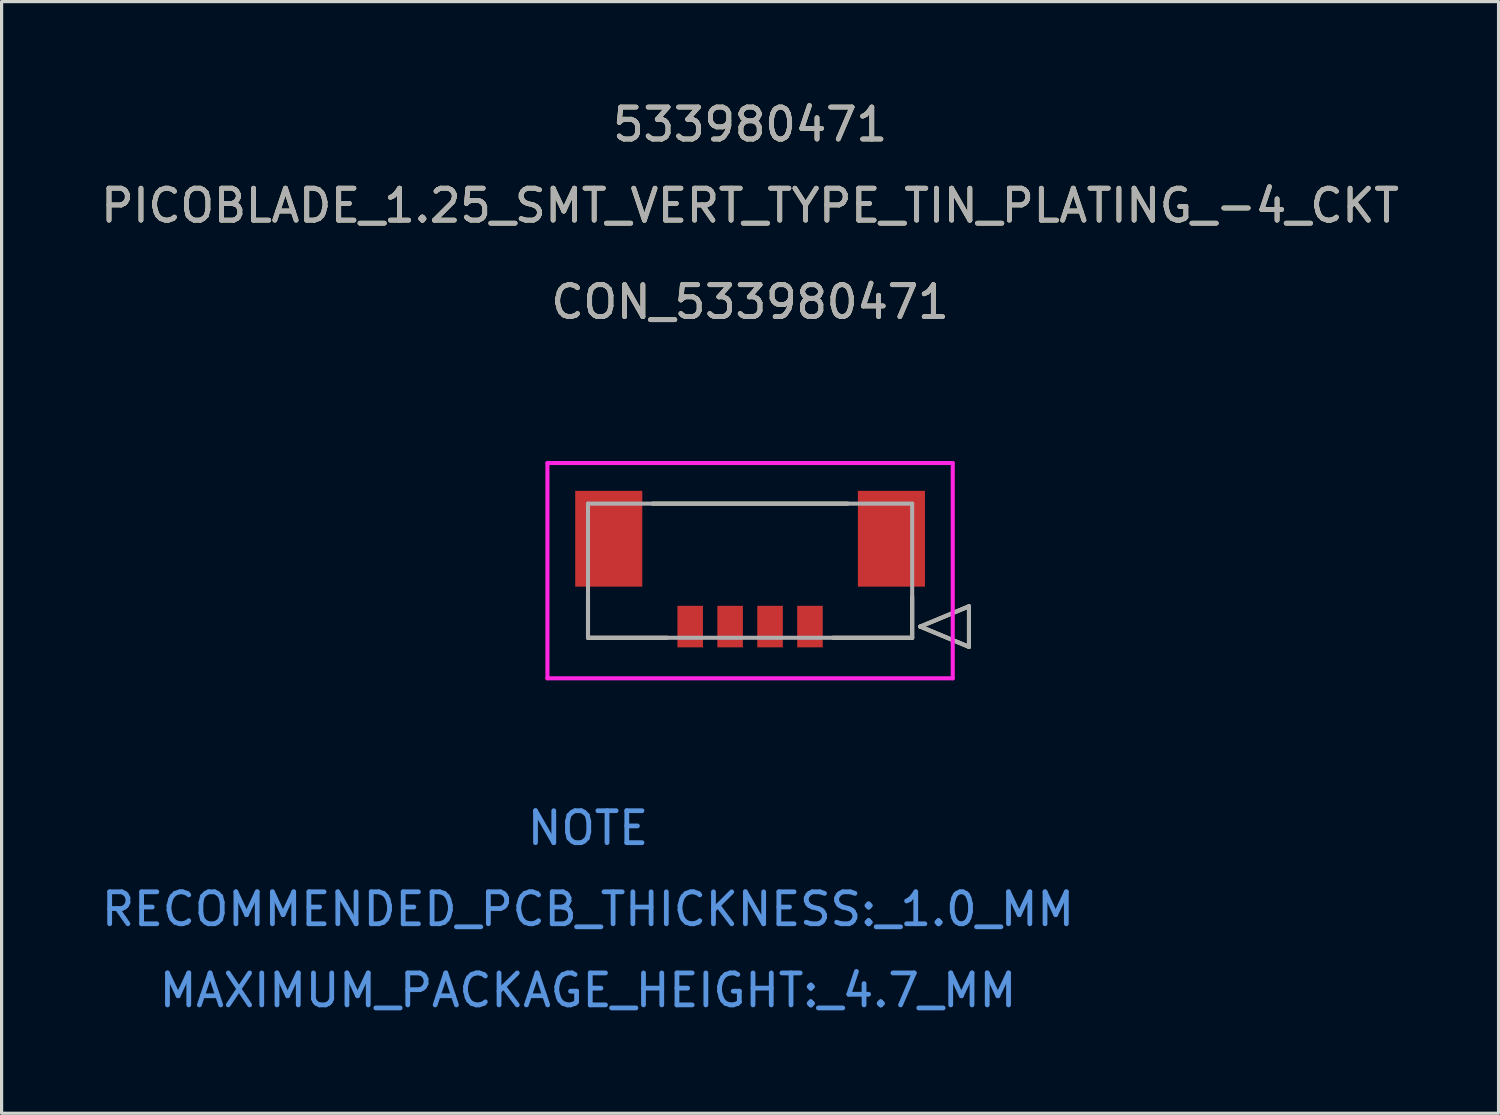
<source format=kicad_pcb>
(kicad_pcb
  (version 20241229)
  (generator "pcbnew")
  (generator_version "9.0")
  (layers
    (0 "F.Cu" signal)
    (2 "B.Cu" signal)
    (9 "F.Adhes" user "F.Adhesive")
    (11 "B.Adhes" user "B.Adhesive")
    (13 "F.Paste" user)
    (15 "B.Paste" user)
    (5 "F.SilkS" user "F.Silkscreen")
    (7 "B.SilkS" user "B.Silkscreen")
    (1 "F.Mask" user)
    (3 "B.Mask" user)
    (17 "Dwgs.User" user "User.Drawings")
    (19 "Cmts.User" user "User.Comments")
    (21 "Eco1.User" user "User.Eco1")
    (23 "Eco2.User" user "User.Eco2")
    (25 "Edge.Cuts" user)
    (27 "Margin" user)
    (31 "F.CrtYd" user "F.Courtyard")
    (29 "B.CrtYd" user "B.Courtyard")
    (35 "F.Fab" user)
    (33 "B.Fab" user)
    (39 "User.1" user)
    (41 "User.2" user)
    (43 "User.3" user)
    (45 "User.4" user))
  (footprint "CON_533980471"
    (layer "F.Cu")
    (at 22.31 16.568)
    (property "Reference" "CON_533980471" (at -1.875 -10.16 0) (unlocked yes) (layer "F.SilkS") (effects (font (size 1 1) (thickness 0.15))))
    (attr smd)
    (fp_line (start -6.95 -0.93) (end -6.95 0.35) (stroke (width 0.127) (type solid)) (layer "F.SilkS"))
    (fp_line (start -6.95 0.35) (end -4.47 0.35) (stroke (width 0.127) (type solid)) (layer "F.SilkS"))
    (fp_line (start 0.72 0.35) (end 3.2 0.35) (stroke (width 0.127) (type solid)) (layer "F.SilkS"))
    (fp_line (start 1.18 -3.85) (end -4.93 -3.85) (stroke (width 0.127) (type solid)) (layer "F.SilkS"))
    (fp_line (start 3.2 0.35) (end 3.2 -0.93) (stroke (width 0.127) (type solid)) (layer "F.SilkS"))
    (fp_line (start 3.454 0) (end 4.978 -0.635) (stroke (width 0.127) (type solid)) (layer "F.SilkS"))
    (fp_line (start 4.978 -0.635) (end 4.978 0.635) (stroke (width 0.127) (type solid)) (layer "F.SilkS"))
    (fp_line (start 4.978 0.635) (end 3.454 0) (stroke (width 0.127) (type solid)) (layer "F.SilkS"))
    (fp_line (start -8.22 -5.12) (end -8.22 1.62) (stroke (width 0.127) (type solid)) (layer "F.CrtYd"))
    (fp_line (start -8.22 1.62) (end 4.47 1.62) (stroke (width 0.127) (type solid)) (layer "F.CrtYd"))
    (fp_line (start 4.47 -5.12) (end -8.22 -5.12) (stroke (width 0.127) (type solid)) (layer "F.CrtYd"))
    (fp_line (start 4.47 1.62) (end 4.47 -5.12) (stroke (width 0.127) (type solid)) (layer "F.CrtYd"))
    (fp_line (start -6.95 -3.85) (end -6.95 0.35) (stroke (width 0.127) (type solid)) (layer "F.Fab"))
    (fp_line (start -6.95 0.35) (end 3.2 0.35) (stroke (width 0.127) (type solid)) (layer "F.Fab"))
    (fp_line (start 3.2 -3.85) (end -6.95 -3.85) (stroke (width 0.127) (type solid)) (layer "F.Fab"))
    (fp_line (start 3.2 0.35) (end 3.2 -3.85) (stroke (width 0.127) (type solid)) (layer "F.Fab"))
    (fp_line (start 3.454 0) (end 4.978 -0.635) (stroke (width 0.127) (type solid)) (layer "F.Fab"))
    (fp_line (start 4.978 -0.635) (end 4.978 0.635) (stroke (width 0.127) (type solid)) (layer "F.Fab"))
    (fp_line (start 4.978 0.635) (end 3.454 0) (stroke (width 0.127) (type solid)) (layer "F.Fab"))
    (fp_text user "533980471" (at -1.875 -15.72 0) (unlocked yes) (layer "F.SilkS") (effects (font (size 1 1) (thickness 0.15))))
    (fp_text user "PICOBLADE_1.25_SMT_VERT_TYPE_TIN_PLATING_-4_CKT" (at -1.875 -13.18 0) (unlocked yes) (layer "F.SilkS") (effects (font (size 1 1) (thickness 0.15))))
    (fp_text user "NOTE" (at -6.95 6.31 0) (unlocked yes) (layer "Cmts.User") (effects (font (size 1 1) (thickness 0.15))))
    (fp_text user "RECOMMENDED_PCB_THICKNESS:_1.0_MM" (at -6.95 8.85 0) (unlocked yes) (layer "Cmts.User") (effects (font (size 1 1) (thickness 0.15))))
    (fp_text user "MAXIMUM_PACKAGE_HEIGHT:_4.7_MM" (at -6.95 11.39 0) (unlocked yes) (layer "Cmts.User") (effects (font (size 1 1) (thickness 0.15))))
    (fp_text user "533980471" (at -1.875 -15.72 0) (unlocked yes) (layer "F.Fab") (effects (font (size 1 1) (thickness 0.15))))
    (fp_text user "PICOBLADE_1.25_SMT_VERT_TYPE_TIN_PLATING_-4_CKT" (at -1.875 -13.18 0) (unlocked yes) (layer "F.Fab") (effects (font (size 1 1) (thickness 0.15))))
    (fp_text user "${REFERENCE}" (at -1.875 -10.16 0) (unlocked yes) (layer "F.Fab") (effects (font (size 1 1) (thickness 0.15))))
    (pad "1" smd rect (at 0 0) (size 0.8 1.3) (layers "F.Cu" "F.Mask" "F.Paste"))
    (pad "2" smd rect (at -1.25 0) (size 0.8 1.3) (layers "F.Cu" "F.Mask" "F.Paste"))
    (pad "3" smd rect (at -2.5 0) (size 0.8 1.3) (layers "F.Cu" "F.Mask" "F.Paste"))
    (pad "4" smd rect (at -3.75 0) (size 0.8 1.3) (layers "F.Cu" "F.Mask" "F.Paste"))
    (pad "5" smd rect (at 2.55 -2.75) (size 2.1 3) (layers "F.Cu" "F.Mask" "F.Paste"))
    (pad "6" smd rect (at -6.3 -2.75) (size 2.1 3) (layers "F.Cu" "F.Mask" "F.Paste")))
  (gr_rect
    (start -3 -3)
    (end 43.869 31.806)
    (stroke (width 0.1) (type default))
    (fill no)
    (layer "Edge.Cuts")))
</source>
